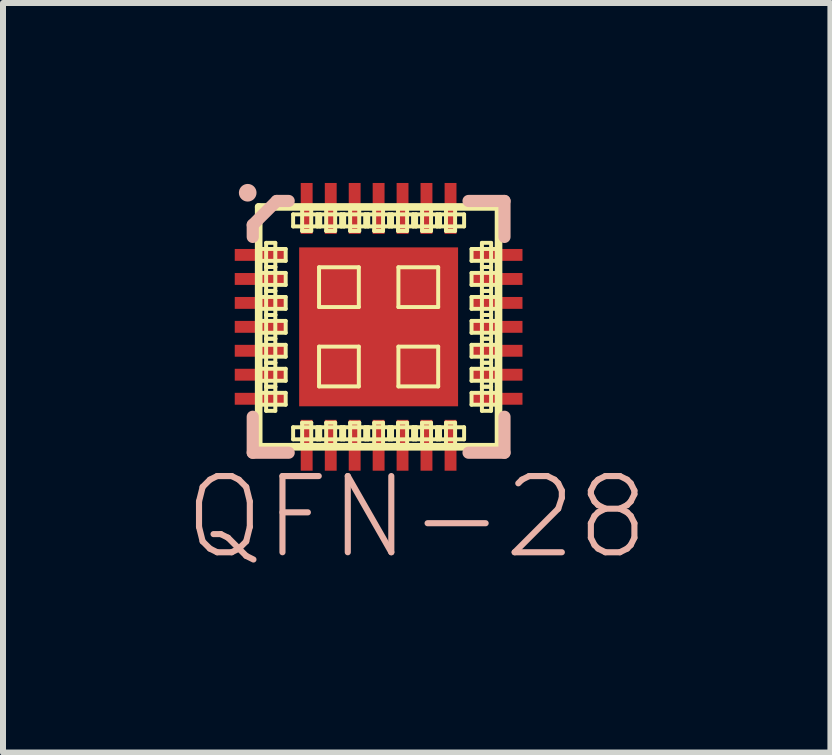
<source format=kicad_pcb>
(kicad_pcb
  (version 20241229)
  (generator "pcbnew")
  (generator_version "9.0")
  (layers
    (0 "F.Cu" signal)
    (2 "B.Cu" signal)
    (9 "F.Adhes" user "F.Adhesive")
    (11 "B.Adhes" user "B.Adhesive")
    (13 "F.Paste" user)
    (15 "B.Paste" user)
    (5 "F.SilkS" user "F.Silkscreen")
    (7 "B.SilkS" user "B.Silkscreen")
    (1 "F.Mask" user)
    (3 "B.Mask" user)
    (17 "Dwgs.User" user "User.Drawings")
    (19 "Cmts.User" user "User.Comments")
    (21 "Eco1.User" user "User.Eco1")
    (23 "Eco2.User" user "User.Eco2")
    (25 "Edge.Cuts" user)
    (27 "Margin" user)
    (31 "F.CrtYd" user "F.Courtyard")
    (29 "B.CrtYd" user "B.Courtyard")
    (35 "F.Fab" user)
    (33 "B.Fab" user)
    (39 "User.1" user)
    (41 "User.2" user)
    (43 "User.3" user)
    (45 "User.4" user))
  (footprint "QFN-28"
    (layer "F.Cu")
    (at 3.261 2.398)
    (property "Reference" "QFN-28" (at 0.635 3.175 0) (layer "B.SilkS") (effects (font (size 1.27 1.27) (thickness 0.102))))
    (attr smd)
    (fp_line (start -1.999 -1.999) (end 1.999 -1.999) (stroke (width 0.127) (type solid)) (layer "F.SilkS"))
    (fp_line (start -1.999 -1.298) (end -1.549 -1.298) (stroke (width 0.066) (type solid)) (layer "F.SilkS"))
    (fp_line (start -1.999 -1.1) (end -1.999 -1.298) (stroke (width 0.066) (type solid)) (layer "F.SilkS"))
    (fp_line (start -1.999 -1.1) (end -1.549 -1.1) (stroke (width 0.066) (type solid)) (layer "F.SilkS"))
    (fp_line (start -1.999 -0.899) (end -1.549 -0.899) (stroke (width 0.066) (type solid)) (layer "F.SilkS"))
    (fp_line (start -1.999 -0.699) (end -1.999 -0.899) (stroke (width 0.066) (type solid)) (layer "F.SilkS"))
    (fp_line (start -1.999 -0.699) (end -1.549 -0.699) (stroke (width 0.066) (type solid)) (layer "F.SilkS"))
    (fp_line (start -1.999 -0.498) (end -1.549 -0.498) (stroke (width 0.066) (type solid)) (layer "F.SilkS"))
    (fp_line (start -1.999 -0.3) (end -1.999 -0.498) (stroke (width 0.066) (type solid)) (layer "F.SilkS"))
    (fp_line (start -1.999 -0.3) (end -1.549 -0.3) (stroke (width 0.066) (type solid)) (layer "F.SilkS"))
    (fp_line (start -1.999 -0.099) (end -1.549 -0.099) (stroke (width 0.066) (type solid)) (layer "F.SilkS"))
    (fp_line (start -1.999 0.099) (end -1.999 -0.099) (stroke (width 0.066) (type solid)) (layer "F.SilkS"))
    (fp_line (start -1.999 0.099) (end -1.549 0.099) (stroke (width 0.066) (type solid)) (layer "F.SilkS"))
    (fp_line (start -1.999 0.3) (end -1.549 0.3) (stroke (width 0.066) (type solid)) (layer "F.SilkS"))
    (fp_line (start -1.999 0.498) (end -1.999 0.3) (stroke (width 0.066) (type solid)) (layer "F.SilkS"))
    (fp_line (start -1.999 0.498) (end -1.549 0.498) (stroke (width 0.066) (type solid)) (layer "F.SilkS"))
    (fp_line (start -1.999 0.699) (end -1.549 0.699) (stroke (width 0.066) (type solid)) (layer "F.SilkS"))
    (fp_line (start -1.999 0.899) (end -1.999 0.699) (stroke (width 0.066) (type solid)) (layer "F.SilkS"))
    (fp_line (start -1.999 0.899) (end -1.549 0.899) (stroke (width 0.066) (type solid)) (layer "F.SilkS"))
    (fp_line (start -1.999 1.1) (end -1.549 1.1) (stroke (width 0.066) (type solid)) (layer "F.SilkS"))
    (fp_line (start -1.999 1.298) (end -1.999 1.1) (stroke (width 0.066) (type solid)) (layer "F.SilkS"))
    (fp_line (start -1.999 1.298) (end -1.549 1.298) (stroke (width 0.066) (type solid)) (layer "F.SilkS"))
    (fp_line (start -1.999 1.999) (end -1.999 -1.999) (stroke (width 0.127) (type solid)) (layer "F.SilkS"))
    (fp_line (start -1.875 -1.4) (end -1.722 -1.4) (stroke (width 0.066) (type solid)) (layer "F.SilkS"))
    (fp_line (start -1.875 -0.998) (end -1.875 -1.4) (stroke (width 0.066) (type solid)) (layer "F.SilkS"))
    (fp_line (start -1.875 -0.998) (end -1.722 -0.998) (stroke (width 0.066) (type solid)) (layer "F.SilkS"))
    (fp_line (start -1.875 -0.998) (end -1.722 -0.998) (stroke (width 0.066) (type solid)) (layer "F.SilkS"))
    (fp_line (start -1.875 -0.599) (end -1.875 -0.998) (stroke (width 0.066) (type solid)) (layer "F.SilkS"))
    (fp_line (start -1.875 -0.599) (end -1.722 -0.599) (stroke (width 0.066) (type solid)) (layer "F.SilkS"))
    (fp_line (start -1.875 -0.599) (end -1.722 -0.599) (stroke (width 0.066) (type solid)) (layer "F.SilkS"))
    (fp_line (start -1.875 -0.198) (end -1.875 -0.599) (stroke (width 0.066) (type solid)) (layer "F.SilkS"))
    (fp_line (start -1.875 -0.198) (end -1.722 -0.198) (stroke (width 0.066) (type solid)) (layer "F.SilkS"))
    (fp_line (start -1.875 -0.198) (end -1.722 -0.198) (stroke (width 0.066) (type solid)) (layer "F.SilkS"))
    (fp_line (start -1.875 0.198) (end -1.875 -0.198) (stroke (width 0.066) (type solid)) (layer "F.SilkS"))
    (fp_line (start -1.875 0.198) (end -1.722 0.198) (stroke (width 0.066) (type solid)) (layer "F.SilkS"))
    (fp_line (start -1.875 0.198) (end -1.722 0.198) (stroke (width 0.066) (type solid)) (layer "F.SilkS"))
    (fp_line (start -1.875 0.599) (end -1.875 0.198) (stroke (width 0.066) (type solid)) (layer "F.SilkS"))
    (fp_line (start -1.875 0.599) (end -1.722 0.599) (stroke (width 0.066) (type solid)) (layer "F.SilkS"))
    (fp_line (start -1.875 0.599) (end -1.722 0.599) (stroke (width 0.066) (type solid)) (layer "F.SilkS"))
    (fp_line (start -1.875 0.998) (end -1.875 0.599) (stroke (width 0.066) (type solid)) (layer "F.SilkS"))
    (fp_line (start -1.875 0.998) (end -1.722 0.998) (stroke (width 0.066) (type solid)) (layer "F.SilkS"))
    (fp_line (start -1.875 0.998) (end -1.722 0.998) (stroke (width 0.066) (type solid)) (layer "F.SilkS"))
    (fp_line (start -1.875 1.4) (end -1.875 0.998) (stroke (width 0.066) (type solid)) (layer "F.SilkS"))
    (fp_line (start -1.875 1.4) (end -1.722 1.4) (stroke (width 0.066) (type solid)) (layer "F.SilkS"))
    (fp_line (start -1.722 -0.998) (end -1.722 -1.4) (stroke (width 0.066) (type solid)) (layer "F.SilkS"))
    (fp_line (start -1.722 -0.599) (end -1.722 -0.998) (stroke (width 0.066) (type solid)) (layer "F.SilkS"))
    (fp_line (start -1.722 -0.198) (end -1.722 -0.599) (stroke (width 0.066) (type solid)) (layer "F.SilkS"))
    (fp_line (start -1.722 0.198) (end -1.722 -0.198) (stroke (width 0.066) (type solid)) (layer "F.SilkS"))
    (fp_line (start -1.722 0.599) (end -1.722 0.198) (stroke (width 0.066) (type solid)) (layer "F.SilkS"))
    (fp_line (start -1.722 0.998) (end -1.722 0.599) (stroke (width 0.066) (type solid)) (layer "F.SilkS"))
    (fp_line (start -1.722 1.4) (end -1.722 0.998) (stroke (width 0.066) (type solid)) (layer "F.SilkS"))
    (fp_line (start -1.549 -1.1) (end -1.549 -1.298) (stroke (width 0.066) (type solid)) (layer "F.SilkS"))
    (fp_line (start -1.549 -0.699) (end -1.549 -0.899) (stroke (width 0.066) (type solid)) (layer "F.SilkS"))
    (fp_line (start -1.549 -0.3) (end -1.549 -0.498) (stroke (width 0.066) (type solid)) (layer "F.SilkS"))
    (fp_line (start -1.549 0.099) (end -1.549 -0.099) (stroke (width 0.066) (type solid)) (layer "F.SilkS"))
    (fp_line (start -1.549 0.498) (end -1.549 0.3) (stroke (width 0.066) (type solid)) (layer "F.SilkS"))
    (fp_line (start -1.549 0.899) (end -1.549 0.699) (stroke (width 0.066) (type solid)) (layer "F.SilkS"))
    (fp_line (start -1.549 1.298) (end -1.549 1.1) (stroke (width 0.066) (type solid)) (layer "F.SilkS"))
    (fp_line (start -1.425 -1.875) (end -0.973 -1.875) (stroke (width 0.066) (type solid)) (layer "F.SilkS"))
    (fp_line (start -1.425 -1.674) (end -1.425 -1.875) (stroke (width 0.066) (type solid)) (layer "F.SilkS"))
    (fp_line (start -1.425 -1.674) (end -0.973 -1.674) (stroke (width 0.066) (type solid)) (layer "F.SilkS"))
    (fp_line (start -1.425 1.674) (end -0.973 1.674) (stroke (width 0.066) (type solid)) (layer "F.SilkS"))
    (fp_line (start -1.425 1.875) (end -1.425 1.674) (stroke (width 0.066) (type solid)) (layer "F.SilkS"))
    (fp_line (start -1.425 1.875) (end -0.973 1.875) (stroke (width 0.066) (type solid)) (layer "F.SilkS"))
    (fp_line (start -1.275 -1.999) (end -1.123 -1.999) (stroke (width 0.066) (type solid)) (layer "F.SilkS"))
    (fp_line (start -1.275 -1.598) (end -1.275 -1.999) (stroke (width 0.066) (type solid)) (layer "F.SilkS"))
    (fp_line (start -1.275 -1.598) (end -1.123 -1.598) (stroke (width 0.066) (type solid)) (layer "F.SilkS"))
    (fp_line (start -1.275 1.598) (end -1.123 1.598) (stroke (width 0.066) (type solid)) (layer "F.SilkS"))
    (fp_line (start -1.275 1.999) (end -1.275 1.598) (stroke (width 0.066) (type solid)) (layer "F.SilkS"))
    (fp_line (start -1.275 1.999) (end -1.123 1.999) (stroke (width 0.066) (type solid)) (layer "F.SilkS"))
    (fp_line (start -1.123 -1.598) (end -1.123 -1.999) (stroke (width 0.066) (type solid)) (layer "F.SilkS"))
    (fp_line (start -1.123 1.999) (end -1.123 1.598) (stroke (width 0.066) (type solid)) (layer "F.SilkS"))
    (fp_line (start -1.024 -1.875) (end -0.574 -1.875) (stroke (width 0.066) (type solid)) (layer "F.SilkS"))
    (fp_line (start -1.024 -1.674) (end -1.024 -1.875) (stroke (width 0.066) (type solid)) (layer "F.SilkS"))
    (fp_line (start -1.024 -1.674) (end -0.574 -1.674) (stroke (width 0.066) (type solid)) (layer "F.SilkS"))
    (fp_line (start -1.024 1.674) (end -0.574 1.674) (stroke (width 0.066) (type solid)) (layer "F.SilkS"))
    (fp_line (start -1.024 1.875) (end -1.024 1.674) (stroke (width 0.066) (type solid)) (layer "F.SilkS"))
    (fp_line (start -1.024 1.875) (end -0.574 1.875) (stroke (width 0.066) (type solid)) (layer "F.SilkS"))
    (fp_line (start -0.993 -0.993) (end -0.33 -0.993) (stroke (width 0.066) (type solid)) (layer "F.SilkS"))
    (fp_line (start -0.993 -0.33) (end -0.993 -0.993) (stroke (width 0.066) (type solid)) (layer "F.SilkS"))
    (fp_line (start -0.993 -0.33) (end -0.33 -0.33) (stroke (width 0.066) (type solid)) (layer "F.SilkS"))
    (fp_line (start -0.993 0.33) (end -0.33 0.33) (stroke (width 0.066) (type solid)) (layer "F.SilkS"))
    (fp_line (start -0.993 0.993) (end -0.993 0.33) (stroke (width 0.066) (type solid)) (layer "F.SilkS"))
    (fp_line (start -0.993 0.993) (end -0.33 0.993) (stroke (width 0.066) (type solid)) (layer "F.SilkS"))
    (fp_line (start -0.973 -1.674) (end -0.973 -1.875) (stroke (width 0.066) (type solid)) (layer "F.SilkS"))
    (fp_line (start -0.973 1.875) (end -0.973 1.674) (stroke (width 0.066) (type solid)) (layer "F.SilkS"))
    (fp_line (start -0.874 -1.999) (end -0.724 -1.999) (stroke (width 0.066) (type solid)) (layer "F.SilkS"))
    (fp_line (start -0.874 -1.598) (end -0.874 -1.999) (stroke (width 0.066) (type solid)) (layer "F.SilkS"))
    (fp_line (start -0.874 -1.598) (end -0.724 -1.598) (stroke (width 0.066) (type solid)) (layer "F.SilkS"))
    (fp_line (start -0.874 1.598) (end -0.724 1.598) (stroke (width 0.066) (type solid)) (layer "F.SilkS"))
    (fp_line (start -0.874 1.999) (end -0.874 1.598) (stroke (width 0.066) (type solid)) (layer "F.SilkS"))
    (fp_line (start -0.874 1.999) (end -0.724 1.999) (stroke (width 0.066) (type solid)) (layer "F.SilkS"))
    (fp_line (start -0.724 -1.598) (end -0.724 -1.999) (stroke (width 0.066) (type solid)) (layer "F.SilkS"))
    (fp_line (start -0.724 1.999) (end -0.724 1.598) (stroke (width 0.066) (type solid)) (layer "F.SilkS"))
    (fp_line (start -0.625 -1.875) (end -0.173 -1.875) (stroke (width 0.066) (type solid)) (layer "F.SilkS"))
    (fp_line (start -0.625 -1.674) (end -0.625 -1.875) (stroke (width 0.066) (type solid)) (layer "F.SilkS"))
    (fp_line (start -0.625 -1.674) (end -0.173 -1.674) (stroke (width 0.066) (type solid)) (layer "F.SilkS"))
    (fp_line (start -0.625 1.674) (end -0.173 1.674) (stroke (width 0.066) (type solid)) (layer "F.SilkS"))
    (fp_line (start -0.625 1.875) (end -0.625 1.674) (stroke (width 0.066) (type solid)) (layer "F.SilkS"))
    (fp_line (start -0.625 1.875) (end -0.173 1.875) (stroke (width 0.066) (type solid)) (layer "F.SilkS"))
    (fp_line (start -0.574 -1.674) (end -0.574 -1.875) (stroke (width 0.066) (type solid)) (layer "F.SilkS"))
    (fp_line (start -0.574 1.875) (end -0.574 1.674) (stroke (width 0.066) (type solid)) (layer "F.SilkS"))
    (fp_line (start -0.475 -1.999) (end -0.323 -1.999) (stroke (width 0.066) (type solid)) (layer "F.SilkS"))
    (fp_line (start -0.475 -1.598) (end -0.475 -1.999) (stroke (width 0.066) (type solid)) (layer "F.SilkS"))
    (fp_line (start -0.475 -1.598) (end -0.323 -1.598) (stroke (width 0.066) (type solid)) (layer "F.SilkS"))
    (fp_line (start -0.475 1.598) (end -0.323 1.598) (stroke (width 0.066) (type solid)) (layer "F.SilkS"))
    (fp_line (start -0.475 1.999) (end -0.475 1.598) (stroke (width 0.066) (type solid)) (layer "F.SilkS"))
    (fp_line (start -0.475 1.999) (end -0.323 1.999) (stroke (width 0.066) (type solid)) (layer "F.SilkS"))
    (fp_line (start -0.33 -0.33) (end -0.33 -0.993) (stroke (width 0.066) (type solid)) (layer "F.SilkS"))
    (fp_line (start -0.33 0.993) (end -0.33 0.33) (stroke (width 0.066) (type solid)) (layer "F.SilkS"))
    (fp_line (start -0.323 -1.598) (end -0.323 -1.999) (stroke (width 0.066) (type solid)) (layer "F.SilkS"))
    (fp_line (start -0.323 1.999) (end -0.323 1.598) (stroke (width 0.066) (type solid)) (layer "F.SilkS"))
    (fp_line (start -0.224 -1.875) (end 0.224 -1.875) (stroke (width 0.066) (type solid)) (layer "F.SilkS"))
    (fp_line (start -0.224 -1.674) (end -0.224 -1.875) (stroke (width 0.066) (type solid)) (layer "F.SilkS"))
    (fp_line (start -0.224 -1.674) (end 0.224 -1.674) (stroke (width 0.066) (type solid)) (layer "F.SilkS"))
    (fp_line (start -0.224 1.674) (end 0.224 1.674) (stroke (width 0.066) (type solid)) (layer "F.SilkS"))
    (fp_line (start -0.224 1.875) (end -0.224 1.674) (stroke (width 0.066) (type solid)) (layer "F.SilkS"))
    (fp_line (start -0.224 1.875) (end 0.224 1.875) (stroke (width 0.066) (type solid)) (layer "F.SilkS"))
    (fp_line (start -0.173 -1.674) (end -0.173 -1.875) (stroke (width 0.066) (type solid)) (layer "F.SilkS"))
    (fp_line (start -0.173 1.875) (end -0.173 1.674) (stroke (width 0.066) (type solid)) (layer "F.SilkS"))
    (fp_line (start -0.074 -1.999) (end 0.074 -1.999) (stroke (width 0.066) (type solid)) (layer "F.SilkS"))
    (fp_line (start -0.074 -1.598) (end -0.074 -1.999) (stroke (width 0.066) (type solid)) (layer "F.SilkS"))
    (fp_line (start -0.074 -1.598) (end 0.074 -1.598) (stroke (width 0.066) (type solid)) (layer "F.SilkS"))
    (fp_line (start -0.074 1.598) (end 0.074 1.598) (stroke (width 0.066) (type solid)) (layer "F.SilkS"))
    (fp_line (start -0.074 1.999) (end -0.074 1.598) (stroke (width 0.066) (type solid)) (layer "F.SilkS"))
    (fp_line (start -0.074 1.999) (end 0.074 1.999) (stroke (width 0.066) (type solid)) (layer "F.SilkS"))
    (fp_line (start 0.074 -1.598) (end 0.074 -1.999) (stroke (width 0.066) (type solid)) (layer "F.SilkS"))
    (fp_line (start 0.074 1.999) (end 0.074 1.598) (stroke (width 0.066) (type solid)) (layer "F.SilkS"))
    (fp_line (start 0.173 -1.875) (end 0.625 -1.875) (stroke (width 0.066) (type solid)) (layer "F.SilkS"))
    (fp_line (start 0.173 -1.674) (end 0.173 -1.875) (stroke (width 0.066) (type solid)) (layer "F.SilkS"))
    (fp_line (start 0.173 -1.674) (end 0.625 -1.674) (stroke (width 0.066) (type solid)) (layer "F.SilkS"))
    (fp_line (start 0.173 1.674) (end 0.625 1.674) (stroke (width 0.066) (type solid)) (layer "F.SilkS"))
    (fp_line (start 0.173 1.875) (end 0.173 1.674) (stroke (width 0.066) (type solid)) (layer "F.SilkS"))
    (fp_line (start 0.173 1.875) (end 0.625 1.875) (stroke (width 0.066) (type solid)) (layer "F.SilkS"))
    (fp_line (start 0.224 -1.674) (end 0.224 -1.875) (stroke (width 0.066) (type solid)) (layer "F.SilkS"))
    (fp_line (start 0.224 1.875) (end 0.224 1.674) (stroke (width 0.066) (type solid)) (layer "F.SilkS"))
    (fp_line (start 0.323 -1.999) (end 0.475 -1.999) (stroke (width 0.066) (type solid)) (layer "F.SilkS"))
    (fp_line (start 0.323 -1.598) (end 0.323 -1.999) (stroke (width 0.066) (type solid)) (layer "F.SilkS"))
    (fp_line (start 0.323 -1.598) (end 0.475 -1.598) (stroke (width 0.066) (type solid)) (layer "F.SilkS"))
    (fp_line (start 0.323 1.598) (end 0.475 1.598) (stroke (width 0.066) (type solid)) (layer "F.SilkS"))
    (fp_line (start 0.323 1.999) (end 0.323 1.598) (stroke (width 0.066) (type solid)) (layer "F.SilkS"))
    (fp_line (start 0.323 1.999) (end 0.475 1.999) (stroke (width 0.066) (type solid)) (layer "F.SilkS"))
    (fp_line (start 0.33 -0.993) (end 0.993 -0.993) (stroke (width 0.066) (type solid)) (layer "F.SilkS"))
    (fp_line (start 0.33 -0.33) (end 0.33 -0.993) (stroke (width 0.066) (type solid)) (layer "F.SilkS"))
    (fp_line (start 0.33 -0.33) (end 0.993 -0.33) (stroke (width 0.066) (type solid)) (layer "F.SilkS"))
    (fp_line (start 0.33 0.33) (end 0.993 0.33) (stroke (width 0.066) (type solid)) (layer "F.SilkS"))
    (fp_line (start 0.33 0.993) (end 0.33 0.33) (stroke (width 0.066) (type solid)) (layer "F.SilkS"))
    (fp_line (start 0.33 0.993) (end 0.993 0.993) (stroke (width 0.066) (type solid)) (layer "F.SilkS"))
    (fp_line (start 0.475 -1.598) (end 0.475 -1.999) (stroke (width 0.066) (type solid)) (layer "F.SilkS"))
    (fp_line (start 0.475 1.999) (end 0.475 1.598) (stroke (width 0.066) (type solid)) (layer "F.SilkS"))
    (fp_line (start 0.574 -1.875) (end 1.024 -1.875) (stroke (width 0.066) (type solid)) (layer "F.SilkS"))
    (fp_line (start 0.574 -1.674) (end 0.574 -1.875) (stroke (width 0.066) (type solid)) (layer "F.SilkS"))
    (fp_line (start 0.574 -1.674) (end 1.024 -1.674) (stroke (width 0.066) (type solid)) (layer "F.SilkS"))
    (fp_line (start 0.574 1.674) (end 1.024 1.674) (stroke (width 0.066) (type solid)) (layer "F.SilkS"))
    (fp_line (start 0.574 1.875) (end 0.574 1.674) (stroke (width 0.066) (type solid)) (layer "F.SilkS"))
    (fp_line (start 0.574 1.875) (end 1.024 1.875) (stroke (width 0.066) (type solid)) (layer "F.SilkS"))
    (fp_line (start 0.625 -1.674) (end 0.625 -1.875) (stroke (width 0.066) (type solid)) (layer "F.SilkS"))
    (fp_line (start 0.625 1.875) (end 0.625 1.674) (stroke (width 0.066) (type solid)) (layer "F.SilkS"))
    (fp_line (start 0.724 -1.999) (end 0.874 -1.999) (stroke (width 0.066) (type solid)) (layer "F.SilkS"))
    (fp_line (start 0.724 -1.598) (end 0.724 -1.999) (stroke (width 0.066) (type solid)) (layer "F.SilkS"))
    (fp_line (start 0.724 -1.598) (end 0.874 -1.598) (stroke (width 0.066) (type solid)) (layer "F.SilkS"))
    (fp_line (start 0.724 1.598) (end 0.874 1.598) (stroke (width 0.066) (type solid)) (layer "F.SilkS"))
    (fp_line (start 0.724 1.999) (end 0.724 1.598) (stroke (width 0.066) (type solid)) (layer "F.SilkS"))
    (fp_line (start 0.724 1.999) (end 0.874 1.999) (stroke (width 0.066) (type solid)) (layer "F.SilkS"))
    (fp_line (start 0.874 -1.598) (end 0.874 -1.999) (stroke (width 0.066) (type solid)) (layer "F.SilkS"))
    (fp_line (start 0.874 1.999) (end 0.874 1.598) (stroke (width 0.066) (type solid)) (layer "F.SilkS"))
    (fp_line (start 0.973 -1.875) (end 1.425 -1.875) (stroke (width 0.066) (type solid)) (layer "F.SilkS"))
    (fp_line (start 0.973 -1.674) (end 0.973 -1.875) (stroke (width 0.066) (type solid)) (layer "F.SilkS"))
    (fp_line (start 0.973 -1.674) (end 1.425 -1.674) (stroke (width 0.066) (type solid)) (layer "F.SilkS"))
    (fp_line (start 0.973 1.674) (end 1.425 1.674) (stroke (width 0.066) (type solid)) (layer "F.SilkS"))
    (fp_line (start 0.973 1.875) (end 0.973 1.674) (stroke (width 0.066) (type solid)) (layer "F.SilkS"))
    (fp_line (start 0.973 1.875) (end 1.425 1.875) (stroke (width 0.066) (type solid)) (layer "F.SilkS"))
    (fp_line (start 0.993 -0.33) (end 0.993 -0.993) (stroke (width 0.066) (type solid)) (layer "F.SilkS"))
    (fp_line (start 0.993 0.993) (end 0.993 0.33) (stroke (width 0.066) (type solid)) (layer "F.SilkS"))
    (fp_line (start 1.024 -1.674) (end 1.024 -1.875) (stroke (width 0.066) (type solid)) (layer "F.SilkS"))
    (fp_line (start 1.024 1.875) (end 1.024 1.674) (stroke (width 0.066) (type solid)) (layer "F.SilkS"))
    (fp_line (start 1.123 -1.999) (end 1.275 -1.999) (stroke (width 0.066) (type solid)) (layer "F.SilkS"))
    (fp_line (start 1.123 -1.598) (end 1.123 -1.999) (stroke (width 0.066) (type solid)) (layer "F.SilkS"))
    (fp_line (start 1.123 -1.598) (end 1.275 -1.598) (stroke (width 0.066) (type solid)) (layer "F.SilkS"))
    (fp_line (start 1.123 1.598) (end 1.275 1.598) (stroke (width 0.066) (type solid)) (layer "F.SilkS"))
    (fp_line (start 1.123 1.999) (end 1.123 1.598) (stroke (width 0.066) (type solid)) (layer "F.SilkS"))
    (fp_line (start 1.123 1.999) (end 1.275 1.999) (stroke (width 0.066) (type solid)) (layer "F.SilkS"))
    (fp_line (start 1.275 -1.598) (end 1.275 -1.999) (stroke (width 0.066) (type solid)) (layer "F.SilkS"))
    (fp_line (start 1.275 1.999) (end 1.275 1.598) (stroke (width 0.066) (type solid)) (layer "F.SilkS"))
    (fp_line (start 1.425 -1.674) (end 1.425 -1.875) (stroke (width 0.066) (type solid)) (layer "F.SilkS"))
    (fp_line (start 1.425 1.875) (end 1.425 1.674) (stroke (width 0.066) (type solid)) (layer "F.SilkS"))
    (fp_line (start 1.549 -1.298) (end 1.999 -1.298) (stroke (width 0.066) (type solid)) (layer "F.SilkS"))
    (fp_line (start 1.549 -1.1) (end 1.549 -1.298) (stroke (width 0.066) (type solid)) (layer "F.SilkS"))
    (fp_line (start 1.549 -1.1) (end 1.999 -1.1) (stroke (width 0.066) (type solid)) (layer "F.SilkS"))
    (fp_line (start 1.549 -0.899) (end 1.999 -0.899) (stroke (width 0.066) (type solid)) (layer "F.SilkS"))
    (fp_line (start 1.549 -0.699) (end 1.549 -0.899) (stroke (width 0.066) (type solid)) (layer "F.SilkS"))
    (fp_line (start 1.549 -0.699) (end 1.999 -0.699) (stroke (width 0.066) (type solid)) (layer "F.SilkS"))
    (fp_line (start 1.549 -0.498) (end 1.999 -0.498) (stroke (width 0.066) (type solid)) (layer "F.SilkS"))
    (fp_line (start 1.549 -0.3) (end 1.549 -0.498) (stroke (width 0.066) (type solid)) (layer "F.SilkS"))
    (fp_line (start 1.549 -0.3) (end 1.999 -0.3) (stroke (width 0.066) (type solid)) (layer "F.SilkS"))
    (fp_line (start 1.549 -0.099) (end 1.999 -0.099) (stroke (width 0.066) (type solid)) (layer "F.SilkS"))
    (fp_line (start 1.549 0.099) (end 1.549 -0.099) (stroke (width 0.066) (type solid)) (layer "F.SilkS"))
    (fp_line (start 1.549 0.099) (end 1.999 0.099) (stroke (width 0.066) (type solid)) (layer "F.SilkS"))
    (fp_line (start 1.549 0.3) (end 1.999 0.3) (stroke (width 0.066) (type solid)) (layer "F.SilkS"))
    (fp_line (start 1.549 0.498) (end 1.549 0.3) (stroke (width 0.066) (type solid)) (layer "F.SilkS"))
    (fp_line (start 1.549 0.498) (end 1.999 0.498) (stroke (width 0.066) (type solid)) (layer "F.SilkS"))
    (fp_line (start 1.549 0.699) (end 1.999 0.699) (stroke (width 0.066) (type solid)) (layer "F.SilkS"))
    (fp_line (start 1.549 0.899) (end 1.549 0.699) (stroke (width 0.066) (type solid)) (layer "F.SilkS"))
    (fp_line (start 1.549 0.899) (end 1.999 0.899) (stroke (width 0.066) (type solid)) (layer "F.SilkS"))
    (fp_line (start 1.549 1.1) (end 1.999 1.1) (stroke (width 0.066) (type solid)) (layer "F.SilkS"))
    (fp_line (start 1.549 1.298) (end 1.549 1.1) (stroke (width 0.066) (type solid)) (layer "F.SilkS"))
    (fp_line (start 1.549 1.298) (end 1.999 1.298) (stroke (width 0.066) (type solid)) (layer "F.SilkS"))
    (fp_line (start 1.722 -1.4) (end 1.875 -1.4) (stroke (width 0.066) (type solid)) (layer "F.SilkS"))
    (fp_line (start 1.722 -0.998) (end 1.722 -1.4) (stroke (width 0.066) (type solid)) (layer "F.SilkS"))
    (fp_line (start 1.722 -0.998) (end 1.875 -0.998) (stroke (width 0.066) (type solid)) (layer "F.SilkS"))
    (fp_line (start 1.722 -0.998) (end 1.875 -0.998) (stroke (width 0.066) (type solid)) (layer "F.SilkS"))
    (fp_line (start 1.722 -0.599) (end 1.722 -0.998) (stroke (width 0.066) (type solid)) (layer "F.SilkS"))
    (fp_line (start 1.722 -0.599) (end 1.875 -0.599) (stroke (width 0.066) (type solid)) (layer "F.SilkS"))
    (fp_line (start 1.722 -0.599) (end 1.875 -0.599) (stroke (width 0.066) (type solid)) (layer "F.SilkS"))
    (fp_line (start 1.722 -0.198) (end 1.722 -0.599) (stroke (width 0.066) (type solid)) (layer "F.SilkS"))
    (fp_line (start 1.722 -0.198) (end 1.875 -0.198) (stroke (width 0.066) (type solid)) (layer "F.SilkS"))
    (fp_line (start 1.722 -0.198) (end 1.875 -0.198) (stroke (width 0.066) (type solid)) (layer "F.SilkS"))
    (fp_line (start 1.722 0.198) (end 1.722 -0.198) (stroke (width 0.066) (type solid)) (layer "F.SilkS"))
    (fp_line (start 1.722 0.198) (end 1.875 0.198) (stroke (width 0.066) (type solid)) (layer "F.SilkS"))
    (fp_line (start 1.722 0.198) (end 1.875 0.198) (stroke (width 0.066) (type solid)) (layer "F.SilkS"))
    (fp_line (start 1.722 0.599) (end 1.722 0.198) (stroke (width 0.066) (type solid)) (layer "F.SilkS"))
    (fp_line (start 1.722 0.599) (end 1.875 0.599) (stroke (width 0.066) (type solid)) (layer "F.SilkS"))
    (fp_line (start 1.722 0.599) (end 1.875 0.599) (stroke (width 0.066) (type solid)) (layer "F.SilkS"))
    (fp_line (start 1.722 0.998) (end 1.722 0.599) (stroke (width 0.066) (type solid)) (layer "F.SilkS"))
    (fp_line (start 1.722 0.998) (end 1.875 0.998) (stroke (width 0.066) (type solid)) (layer "F.SilkS"))
    (fp_line (start 1.722 0.998) (end 1.875 0.998) (stroke (width 0.066) (type solid)) (layer "F.SilkS"))
    (fp_line (start 1.722 1.4) (end 1.722 0.998) (stroke (width 0.066) (type solid)) (layer "F.SilkS"))
    (fp_line (start 1.722 1.4) (end 1.875 1.4) (stroke (width 0.066) (type solid)) (layer "F.SilkS"))
    (fp_line (start 1.875 -0.998) (end 1.875 -1.4) (stroke (width 0.066) (type solid)) (layer "F.SilkS"))
    (fp_line (start 1.875 -0.599) (end 1.875 -0.998) (stroke (width 0.066) (type solid)) (layer "F.SilkS"))
    (fp_line (start 1.875 -0.198) (end 1.875 -0.599) (stroke (width 0.066) (type solid)) (layer "F.SilkS"))
    (fp_line (start 1.875 0.198) (end 1.875 -0.198) (stroke (width 0.066) (type solid)) (layer "F.SilkS"))
    (fp_line (start 1.875 0.599) (end 1.875 0.198) (stroke (width 0.066) (type solid)) (layer "F.SilkS"))
    (fp_line (start 1.875 0.998) (end 1.875 0.599) (stroke (width 0.066) (type solid)) (layer "F.SilkS"))
    (fp_line (start 1.875 1.4) (end 1.875 0.998) (stroke (width 0.066) (type solid)) (layer "F.SilkS"))
    (fp_line (start 1.999 -1.999) (end 1.999 1.999) (stroke (width 0.127) (type solid)) (layer "F.SilkS"))
    (fp_line (start 1.999 -1.1) (end 1.999 -1.298) (stroke (width 0.066) (type solid)) (layer "F.SilkS"))
    (fp_line (start 1.999 -0.699) (end 1.999 -0.899) (stroke (width 0.066) (type solid)) (layer "F.SilkS"))
    (fp_line (start 1.999 -0.3) (end 1.999 -0.498) (stroke (width 0.066) (type solid)) (layer "F.SilkS"))
    (fp_line (start 1.999 0.099) (end 1.999 -0.099) (stroke (width 0.066) (type solid)) (layer "F.SilkS"))
    (fp_line (start 1.999 0.498) (end 1.999 0.3) (stroke (width 0.066) (type solid)) (layer "F.SilkS"))
    (fp_line (start 1.999 0.899) (end 1.999 0.699) (stroke (width 0.066) (type solid)) (layer "F.SilkS"))
    (fp_line (start 1.999 1.298) (end 1.999 1.1) (stroke (width 0.066) (type solid)) (layer "F.SilkS"))
    (fp_line (start 1.999 1.999) (end -1.999 1.999) (stroke (width 0.127) (type solid)) (layer "F.SilkS"))
    (fp_line (start -2.098 -1.699) (end -2.098 -1.499) (stroke (width 0.203) (type solid)) (layer "B.SilkS"))
    (fp_line (start -2.098 -1.699) (end -1.699 -2.098) (stroke (width 0.203) (type solid)) (layer "B.SilkS"))
    (fp_line (start -2.098 2.098) (end -2.098 1.499) (stroke (width 0.203) (type solid)) (layer "B.SilkS"))
    (fp_line (start -2.098 2.098) (end -1.499 2.098) (stroke (width 0.203) (type solid)) (layer "B.SilkS"))
    (fp_line (start -1.699 -2.098) (end -1.499 -2.098) (stroke (width 0.203) (type solid)) (layer "B.SilkS"))
    (fp_line (start 2.098 -2.098) (end 1.499 -2.098) (stroke (width 0.203) (type solid)) (layer "B.SilkS"))
    (fp_line (start 2.098 -2.098) (end 2.098 -1.499) (stroke (width 0.203) (type solid)) (layer "B.SilkS"))
    (fp_line (start 2.098 2.098) (end 1.499 2.098) (stroke (width 0.203) (type solid)) (layer "B.SilkS"))
    (fp_line (start 2.098 2.098) (end 2.098 1.499) (stroke (width 0.203) (type solid)) (layer "B.SilkS"))
    (fp_circle (center -2.182 -2.235) (end -2.286 -2.339) (stroke (width 0) (type solid)) (fill yes) (layer "B.SilkS"))
    (pad "1" smd rect (at -1.974 -1.199) (size 0.848 0.198) (layers "F.Cu" "F.Mask" "F.Paste"))
    (pad "2" smd rect (at -1.974 -0.798) (size 0.848 0.198) (layers "F.Cu" "F.Mask" "F.Paste"))
    (pad "3" smd rect (at -1.974 -0.399) (size 0.848 0.198) (layers "F.Cu" "F.Mask" "F.Paste"))
    (pad "4" smd rect (at -1.974 0) (size 0.848 0.198) (layers "F.Cu" "F.Mask" "F.Paste"))
    (pad "5" smd rect (at -1.974 0.399) (size 0.848 0.198) (layers "F.Cu" "F.Mask" "F.Paste"))
    (pad "6" smd rect (at -1.974 0.798) (size 0.848 0.198) (layers "F.Cu" "F.Mask" "F.Paste"))
    (pad "7" smd rect (at -1.974 1.199) (size 0.848 0.198) (layers "F.Cu" "F.Mask" "F.Paste"))
    (pad "8" smd rect (at -1.199 1.974 90) (size 0.848 0.198) (layers "F.Cu" "F.Mask" "F.Paste"))
    (pad "9" smd rect (at -0.798 1.974 90) (size 0.848 0.198) (layers "F.Cu" "F.Mask" "F.Paste"))
    (pad "10" smd rect (at -0.399 1.974 90) (size 0.848 0.198) (layers "F.Cu" "F.Mask" "F.Paste"))
    (pad "11" smd rect (at 0 1.974 90) (size 0.848 0.198) (layers "F.Cu" "F.Mask" "F.Paste"))
    (pad "12" smd rect (at 0.399 1.974 90) (size 0.848 0.198) (layers "F.Cu" "F.Mask" "F.Paste"))
    (pad "13" smd rect (at 0.798 1.974 90) (size 0.848 0.198) (layers "F.Cu" "F.Mask" "F.Paste"))
    (pad "14" smd rect (at 1.199 1.974 90) (size 0.848 0.198) (layers "F.Cu" "F.Mask" "F.Paste"))
    (pad "15" smd rect (at 1.974 1.199 180) (size 0.848 0.198) (layers "F.Cu" "F.Mask" "F.Paste"))
    (pad "16" smd rect (at 1.974 0.798 180) (size 0.848 0.198) (layers "F.Cu" "F.Mask" "F.Paste"))
    (pad "17" smd rect (at 1.974 0.399 180) (size 0.848 0.198) (layers "F.Cu" "F.Mask" "F.Paste"))
    (pad "18" smd rect (at 1.974 0 180) (size 0.848 0.198) (layers "F.Cu" "F.Mask" "F.Paste"))
    (pad "19" smd rect (at 1.974 -0.399 180) (size 0.848 0.198) (layers "F.Cu" "F.Mask" "F.Paste"))
    (pad "20" smd rect (at 1.974 -0.798 180) (size 0.848 0.198) (layers "F.Cu" "F.Mask" "F.Paste"))
    (pad "21" smd rect (at 1.974 -1.199 180) (size 0.848 0.198) (layers "F.Cu" "F.Mask" "F.Paste"))
    (pad "22" smd rect (at 1.199 -1.974 270) (size 0.848 0.198) (layers "F.Cu" "F.Mask" "F.Paste"))
    (pad "23" smd rect (at 0.798 -1.974 270) (size 0.848 0.198) (layers "F.Cu" "F.Mask" "F.Paste"))
    (pad "24" smd rect (at 0.399 -1.974 270) (size 0.848 0.198) (layers "F.Cu" "F.Mask" "F.Paste"))
    (pad "25" smd rect (at 0 -1.974 270) (size 0.848 0.198) (layers "F.Cu" "F.Mask" "F.Paste"))
    (pad "26" smd rect (at -0.399 -1.974 270) (size 0.848 0.198) (layers "F.Cu" "F.Mask" "F.Paste"))
    (pad "27" smd rect (at -0.798 -1.974 270) (size 0.848 0.198) (layers "F.Cu" "F.Mask" "F.Paste"))
    (pad "28" smd rect (at -1.199 -1.974 270) (size 0.848 0.198) (layers "F.Cu" "F.Mask" "F.Paste"))
    (pad "29" smd rect (at 0 0) (size 2.649 2.649) (layers "F.Cu" "F.Mask" "F.Paste")))
  (gr_rect
    (start -3 -3)
    (end 10.792 9.494)
    (stroke (width 0.1) (type default))
    (fill no)
    (layer "Edge.Cuts")))
</source>
